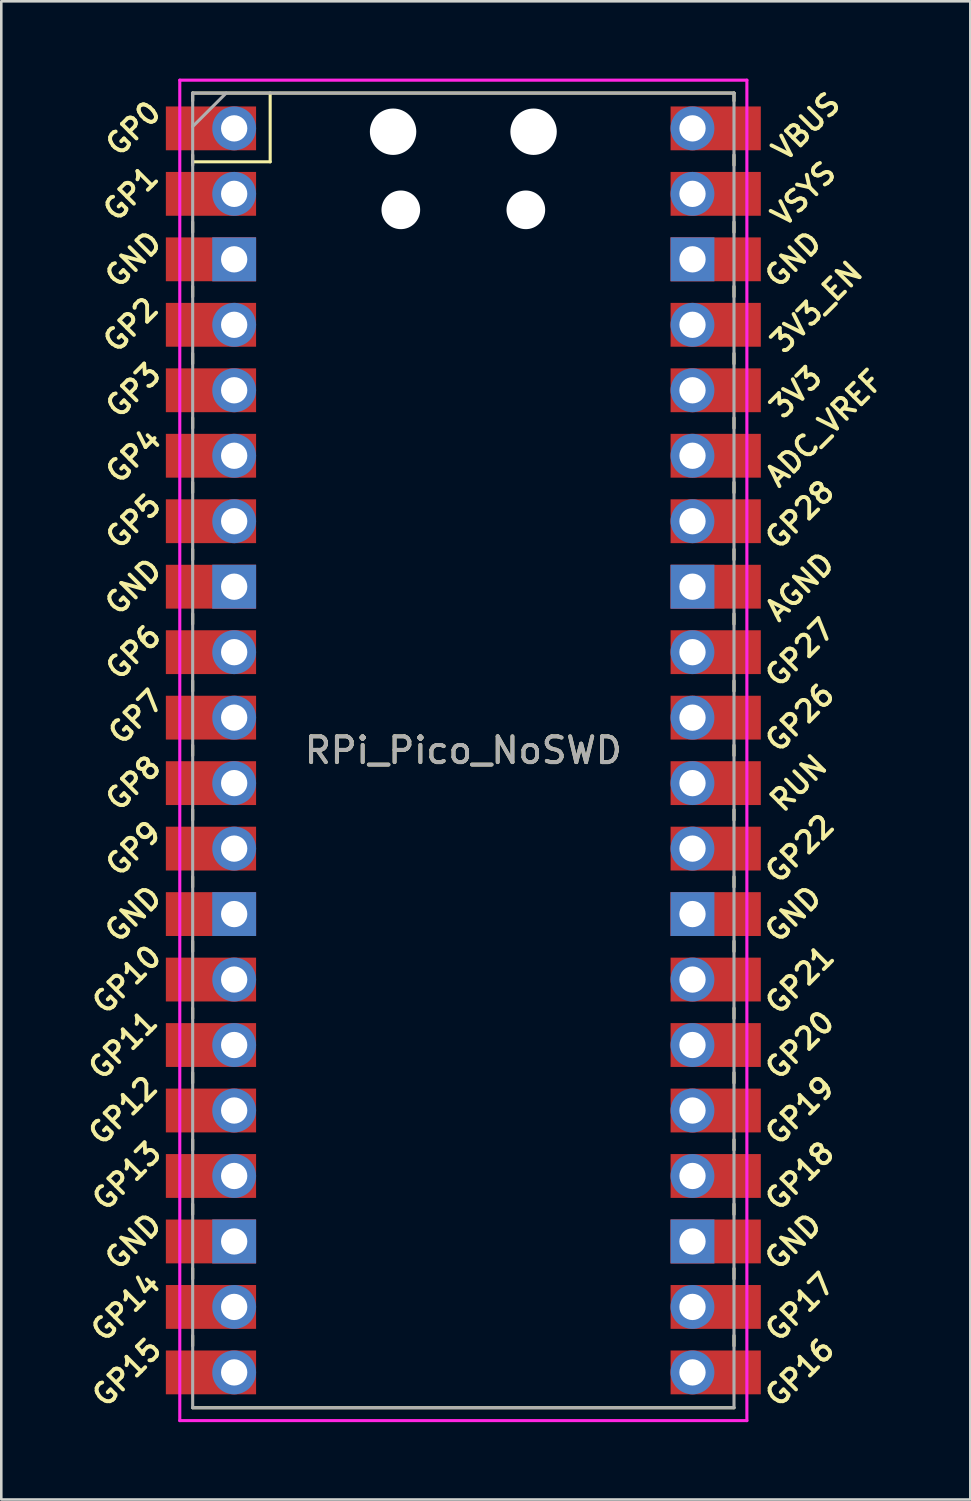
<source format=kicad_pcb>
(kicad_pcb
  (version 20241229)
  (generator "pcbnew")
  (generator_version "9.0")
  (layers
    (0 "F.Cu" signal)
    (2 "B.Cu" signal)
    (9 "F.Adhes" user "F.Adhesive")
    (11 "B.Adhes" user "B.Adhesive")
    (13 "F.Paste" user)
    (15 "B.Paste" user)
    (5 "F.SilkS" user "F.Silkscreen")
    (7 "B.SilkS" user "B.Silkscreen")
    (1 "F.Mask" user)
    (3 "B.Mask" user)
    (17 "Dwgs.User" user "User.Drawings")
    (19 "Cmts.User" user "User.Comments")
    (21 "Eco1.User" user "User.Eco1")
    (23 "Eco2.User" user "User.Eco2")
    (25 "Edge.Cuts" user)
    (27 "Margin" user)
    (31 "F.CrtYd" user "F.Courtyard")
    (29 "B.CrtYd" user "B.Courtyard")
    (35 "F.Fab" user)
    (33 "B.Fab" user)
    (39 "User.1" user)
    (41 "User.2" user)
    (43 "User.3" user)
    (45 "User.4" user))
  (footprint "RPi_Pico_NoSWD"
    (layer "F.Cu")
    (at 14.924 26.06)
    (property "Reference" "RPi_Pico_NoSWD" (at 0 0 0) (layer "F.SilkS") (effects (font (size 1 1) (thickness 0.15))))
    (attr through_hole)
    (fp_line (start -10.5 -25.5) (end -10.5 -25.2) (stroke (width 0.12) (type solid)) (layer "F.SilkS"))
    (fp_line (start -10.5 -25.5) (end 10.5 -25.5) (stroke (width 0.12) (type solid)) (layer "F.SilkS"))
    (fp_line (start -10.5 -23.1) (end -10.5 -22.7) (stroke (width 0.12) (type solid)) (layer "F.SilkS"))
    (fp_line (start -10.5 -22.833) (end -7.493 -22.833) (stroke (width 0.12) (type solid)) (layer "F.SilkS"))
    (fp_line (start -10.5 -20.5) (end -10.5 -20.1) (stroke (width 0.12) (type solid)) (layer "F.SilkS"))
    (fp_line (start -10.5 -18) (end -10.5 -17.6) (stroke (width 0.12) (type solid)) (layer "F.SilkS"))
    (fp_line (start -10.5 -15.4) (end -10.5 -15) (stroke (width 0.12) (type solid)) (layer "F.SilkS"))
    (fp_line (start -10.5 -12.9) (end -10.5 -12.5) (stroke (width 0.12) (type solid)) (layer "F.SilkS"))
    (fp_line (start -10.5 -10.4) (end -10.5 -10) (stroke (width 0.12) (type solid)) (layer "F.SilkS"))
    (fp_line (start -10.5 -7.8) (end -10.5 -7.4) (stroke (width 0.12) (type solid)) (layer "F.SilkS"))
    (fp_line (start -10.5 -5.3) (end -10.5 -4.9) (stroke (width 0.12) (type solid)) (layer "F.SilkS"))
    (fp_line (start -10.5 -2.7) (end -10.5 -2.3) (stroke (width 0.12) (type solid)) (layer "F.SilkS"))
    (fp_line (start -10.5 -0.2) (end -10.5 0.2) (stroke (width 0.12) (type solid)) (layer "F.SilkS"))
    (fp_line (start -10.5 2.3) (end -10.5 2.7) (stroke (width 0.12) (type solid)) (layer "F.SilkS"))
    (fp_line (start -10.5 4.9) (end -10.5 5.3) (stroke (width 0.12) (type solid)) (layer "F.SilkS"))
    (fp_line (start -10.5 7.4) (end -10.5 7.8) (stroke (width 0.12) (type solid)) (layer "F.SilkS"))
    (fp_line (start -10.5 10) (end -10.5 10.4) (stroke (width 0.12) (type solid)) (layer "F.SilkS"))
    (fp_line (start -10.5 12.5) (end -10.5 12.9) (stroke (width 0.12) (type solid)) (layer "F.SilkS"))
    (fp_line (start -10.5 15.1) (end -10.5 15.5) (stroke (width 0.12) (type solid)) (layer "F.SilkS"))
    (fp_line (start -10.5 17.6) (end -10.5 18) (stroke (width 0.12) (type solid)) (layer "F.SilkS"))
    (fp_line (start -10.5 20.1) (end -10.5 20.5) (stroke (width 0.12) (type solid)) (layer "F.SilkS"))
    (fp_line (start -10.5 22.7) (end -10.5 23.1) (stroke (width 0.12) (type solid)) (layer "F.SilkS"))
    (fp_line (start -7.493 -22.833) (end -7.493 -25.5) (stroke (width 0.12) (type solid)) (layer "F.SilkS"))
    (fp_line (start 10.5 -25.5) (end 10.5 -25.2) (stroke (width 0.12) (type solid)) (layer "F.SilkS"))
    (fp_line (start 10.5 -23.1) (end 10.5 -22.7) (stroke (width 0.12) (type solid)) (layer "F.SilkS"))
    (fp_line (start 10.5 -20.5) (end 10.5 -20.1) (stroke (width 0.12) (type solid)) (layer "F.SilkS"))
    (fp_line (start 10.5 -18) (end 10.5 -17.6) (stroke (width 0.12) (type solid)) (layer "F.SilkS"))
    (fp_line (start 10.5 -15.4) (end 10.5 -15) (stroke (width 0.12) (type solid)) (layer "F.SilkS"))
    (fp_line (start 10.5 -12.9) (end 10.5 -12.5) (stroke (width 0.12) (type solid)) (layer "F.SilkS"))
    (fp_line (start 10.5 -10.4) (end 10.5 -10) (stroke (width 0.12) (type solid)) (layer "F.SilkS"))
    (fp_line (start 10.5 -7.8) (end 10.5 -7.4) (stroke (width 0.12) (type solid)) (layer "F.SilkS"))
    (fp_line (start 10.5 -5.3) (end 10.5 -4.9) (stroke (width 0.12) (type solid)) (layer "F.SilkS"))
    (fp_line (start 10.5 -2.7) (end 10.5 -2.3) (stroke (width 0.12) (type solid)) (layer "F.SilkS"))
    (fp_line (start 10.5 -0.2) (end 10.5 0.2) (stroke (width 0.12) (type solid)) (layer "F.SilkS"))
    (fp_line (start 10.5 2.3) (end 10.5 2.7) (stroke (width 0.12) (type solid)) (layer "F.SilkS"))
    (fp_line (start 10.5 4.9) (end 10.5 5.3) (stroke (width 0.12) (type solid)) (layer "F.SilkS"))
    (fp_line (start 10.5 7.4) (end 10.5 7.8) (stroke (width 0.12) (type solid)) (layer "F.SilkS"))
    (fp_line (start 10.5 10) (end 10.5 10.4) (stroke (width 0.12) (type solid)) (layer "F.SilkS"))
    (fp_line (start 10.5 12.5) (end 10.5 12.9) (stroke (width 0.12) (type solid)) (layer "F.SilkS"))
    (fp_line (start 10.5 15.1) (end 10.5 15.5) (stroke (width 0.12) (type solid)) (layer "F.SilkS"))
    (fp_line (start 10.5 17.6) (end 10.5 18) (stroke (width 0.12) (type solid)) (layer "F.SilkS"))
    (fp_line (start 10.5 20.1) (end 10.5 20.5) (stroke (width 0.12) (type solid)) (layer "F.SilkS"))
    (fp_line (start 10.5 22.7) (end 10.5 23.1) (stroke (width 0.12) (type solid)) (layer "F.SilkS"))
    (fp_line (start 10.5 25.5) (end -10.5 25.5) (stroke (width 0.12) (type solid)) (layer "F.SilkS"))
    (fp_line (start -11 -26) (end 11 -26) (stroke (width 0.12) (type solid)) (layer "F.CrtYd"))
    (fp_line (start -11 26) (end -11 -26) (stroke (width 0.12) (type solid)) (layer "F.CrtYd"))
    (fp_line (start 11 -26) (end 11 26) (stroke (width 0.12) (type solid)) (layer "F.CrtYd"))
    (fp_line (start 11 26) (end -11 26) (stroke (width 0.12) (type solid)) (layer "F.CrtYd"))
    (fp_line (start -10.5 -25.5) (end 10.5 -25.5) (stroke (width 0.12) (type solid)) (layer "F.Fab"))
    (fp_line (start -10.5 -24.2) (end -9.2 -25.5) (stroke (width 0.12) (type solid)) (layer "F.Fab"))
    (fp_line (start -10.5 25.5) (end -10.5 -25.5) (stroke (width 0.12) (type solid)) (layer "F.Fab"))
    (fp_line (start 10.5 -25.5) (end 10.5 25.5) (stroke (width 0.12) (type solid)) (layer "F.Fab"))
    (fp_line (start 10.5 25.5) (end -10.5 25.5) (stroke (width 0.12) (type solid)) (layer "F.Fab"))
    (fp_text user "GP6" (at -12.8 -3.81 45) (layer "F.SilkS") (effects (font (size 0.8 0.8) (thickness 0.15))))
    (fp_text user "GP12" (at -13.2 13.97 45) (layer "F.SilkS") (effects (font (size 0.8 0.8) (thickness 0.15))))
    (fp_text user "GP7" (at -12.7 -1.3 45) (layer "F.SilkS") (effects (font (size 0.8 0.8) (thickness 0.15))))
    (fp_text user "GP13" (at -13.054 16.51 45) (layer "F.SilkS") (effects (font (size 0.8 0.8) (thickness 0.15))))
    (fp_text user "GP14" (at -13.1 21.59 45) (layer "F.SilkS") (effects (font (size 0.8 0.8) (thickness 0.15))))
    (fp_text user "GP1" (at -12.9 -21.6 45) (layer "F.SilkS") (effects (font (size 0.8 0.8) (thickness 0.15))))
    (fp_text user "GP26" (at 13.054 -1.27 45) (layer "F.SilkS") (effects (font (size 0.8 0.8) (thickness 0.15))))
    (fp_text user "ADC_VREF" (at 14 -12.5 45) (layer "F.SilkS") (effects (font (size 0.8 0.8) (thickness 0.15))))
    (fp_text user "GP3" (at -12.8 -13.97 45) (layer "F.SilkS") (effects (font (size 0.8 0.8) (thickness 0.15))))
    (fp_text user "GP21" (at 13.054 8.9 45) (layer "F.SilkS") (effects (font (size 0.8 0.8) (thickness 0.15))))
    (fp_text user "GP9" (at -12.8 3.81 45) (layer "F.SilkS") (effects (font (size 0.8 0.8) (thickness 0.15))))
    (fp_text user "GND" (at 12.8 -19.05 45) (layer "F.SilkS") (effects (font (size 0.8 0.8) (thickness 0.15))))
    (fp_text user "GND" (at -12.8 -19.05 45) (layer "F.SilkS") (effects (font (size 0.8 0.8) (thickness 0.15))))
    (fp_text user "RUN" (at 13 1.27 45) (layer "F.SilkS") (effects (font (size 0.8 0.8) (thickness 0.15))))
    (fp_text user "GP10" (at -13.054 8.89 45) (layer "F.SilkS") (effects (font (size 0.8 0.8) (thickness 0.15))))
    (fp_text user "VSYS" (at 13.2 -21.59 45) (layer "F.SilkS") (effects (font (size 0.8 0.8) (thickness 0.15))))
    (fp_text user "GP20" (at 13.054 11.43 45) (layer "F.SilkS") (effects (font (size 0.8 0.8) (thickness 0.15))))
    (fp_text user "3V3" (at 12.9 -13.9 45) (layer "F.SilkS") (effects (font (size 0.8 0.8) (thickness 0.15))))
    (fp_text user "GP28" (at 13.054 -9.144 45) (layer "F.SilkS") (effects (font (size 0.8 0.8) (thickness 0.15))))
    (fp_text user "GP18" (at 13.054 16.51 45) (layer "F.SilkS") (effects (font (size 0.8 0.8) (thickness 0.15))))
    (fp_text user "GP4" (at -12.8 -11.43 45) (layer "F.SilkS") (effects (font (size 0.8 0.8) (thickness 0.15))))
    (fp_text user "VBUS" (at 13.3 -24.2 45) (layer "F.SilkS") (effects (font (size 0.8 0.8) (thickness 0.15))))
    (fp_text user "GP27" (at 13.054 -3.8 45) (layer "F.SilkS") (effects (font (size 0.8 0.8) (thickness 0.15))))
    (fp_text user "3V3_EN" (at 13.7 -17.2 45) (layer "F.SilkS") (effects (font (size 0.8 0.8) (thickness 0.15))))
    (fp_text user "AGND" (at 13.054 -6.35 45) (layer "F.SilkS") (effects (font (size 0.8 0.8) (thickness 0.15))))
    (fp_text user "GP5" (at -12.8 -8.89 45) (layer "F.SilkS") (effects (font (size 0.8 0.8) (thickness 0.15))))
    (fp_text user "GP15" (at -13.054 24.13 45) (layer "F.SilkS") (effects (font (size 0.8 0.8) (thickness 0.15))))
    (fp_text user "GND" (at 12.8 6.35 45) (layer "F.SilkS") (effects (font (size 0.8 0.8) (thickness 0.15))))
    (fp_text user "GP8" (at -12.8 1.27 45) (layer "F.SilkS") (effects (font (size 0.8 0.8) (thickness 0.15))))
    (fp_text user "GP16" (at 13.054 24.13 45) (layer "F.SilkS") (effects (font (size 0.8 0.8) (thickness 0.15))))
    (fp_text user "GP17" (at 13.054 21.59 45) (layer "F.SilkS") (effects (font (size 0.8 0.8) (thickness 0.15))))
    (fp_text user "GND" (at 12.8 19.05 45) (layer "F.SilkS") (effects (font (size 0.8 0.8) (thickness 0.15))))
    (fp_text user "GP11" (at -13.2 11.43 45) (layer "F.SilkS") (effects (font (size 0.8 0.8) (thickness 0.15))))
    (fp_text user "GP19" (at 13.054 13.97 45) (layer "F.SilkS") (effects (font (size 0.8 0.8) (thickness 0.15))))
    (fp_text user "GND" (at -12.8 6.35 45) (layer "F.SilkS") (effects (font (size 0.8 0.8) (thickness 0.15))))
    (fp_text user "GND" (at -12.8 -6.35 45) (layer "F.SilkS") (effects (font (size 0.8 0.8) (thickness 0.15))))
    (fp_text user "GP0" (at -12.8 -24.13 45) (layer "F.SilkS") (effects (font (size 0.8 0.8) (thickness 0.15))))
    (fp_text user "GND" (at -12.8 19.05 45) (layer "F.SilkS") (effects (font (size 0.8 0.8) (thickness 0.15))))
    (fp_text user "GP22" (at 13.054 3.81 45) (layer "F.SilkS") (effects (font (size 0.8 0.8) (thickness 0.15))))
    (fp_text user "GP2" (at -12.9 -16.51 45) (layer "F.SilkS") (effects (font (size 0.8 0.8) (thickness 0.15))))
    (fp_text user "${REFERENCE}" (at 0 0 180) (layer "F.Fab") (effects (font (size 1 1) (thickness 0.15))))
    (pad "" np_thru_hole oval (at -2.725 -24) (size 1.8 1.8) (drill 1.8) (layers "*.Cu" "*.Mask"))
    (pad "" np_thru_hole oval (at -2.425 -20.97) (size 1.5 1.5) (drill 1.5) (layers "*.Cu" "*.Mask"))
    (pad "" np_thru_hole oval (at 2.425 -20.97) (size 1.5 1.5) (drill 1.5) (layers "*.Cu" "*.Mask"))
    (pad "" np_thru_hole oval (at 2.725 -24) (size 1.8 1.8) (drill 1.8) (layers "*.Cu" "*.Mask"))
    (pad "1" thru_hole oval (at -8.89 -24.13) (size 1.7 1.7) (drill 1.02) (layers "*.Cu" "*.Mask"))
    (pad "1" smd rect (at -8.89 -24.13) (size 3.5 1.7) (drill (offset -0.9 0)) (layers "F.Cu" "F.Mask"))
    (pad "2" thru_hole oval (at -8.89 -21.59) (size 1.7 1.7) (drill 1.02) (layers "*.Cu" "*.Mask"))
    (pad "2" smd rect (at -8.89 -21.59) (size 3.5 1.7) (drill (offset -0.9 0)) (layers "F.Cu" "F.Mask"))
    (pad "3" thru_hole rect (at -8.89 -19.05) (size 1.7 1.7) (drill 1.02) (layers "*.Cu" "*.Mask"))
    (pad "3" smd rect (at -8.89 -19.05) (size 3.5 1.7) (drill (offset -0.9 0)) (layers "F.Cu" "F.Mask"))
    (pad "4" thru_hole oval (at -8.89 -16.51) (size 1.7 1.7) (drill 1.02) (layers "*.Cu" "*.Mask"))
    (pad "4" smd rect (at -8.89 -16.51) (size 3.5 1.7) (drill (offset -0.9 0)) (layers "F.Cu" "F.Mask"))
    (pad "5" thru_hole oval (at -8.89 -13.97) (size 1.7 1.7) (drill 1.02) (layers "*.Cu" "*.Mask"))
    (pad "5" smd rect (at -8.89 -13.97) (size 3.5 1.7) (drill (offset -0.9 0)) (layers "F.Cu" "F.Mask"))
    (pad "6" thru_hole oval (at -8.89 -11.43) (size 1.7 1.7) (drill 1.02) (layers "*.Cu" "*.Mask"))
    (pad "6" smd rect (at -8.89 -11.43) (size 3.5 1.7) (drill (offset -0.9 0)) (layers "F.Cu" "F.Mask"))
    (pad "7" thru_hole oval (at -8.89 -8.89) (size 1.7 1.7) (drill 1.02) (layers "*.Cu" "*.Mask"))
    (pad "7" smd rect (at -8.89 -8.89) (size 3.5 1.7) (drill (offset -0.9 0)) (layers "F.Cu" "F.Mask"))
    (pad "8" thru_hole rect (at -8.89 -6.35) (size 1.7 1.7) (drill 1.02) (layers "*.Cu" "*.Mask"))
    (pad "8" smd rect (at -8.89 -6.35) (size 3.5 1.7) (drill (offset -0.9 0)) (layers "F.Cu" "F.Mask"))
    (pad "9" thru_hole oval (at -8.89 -3.81) (size 1.7 1.7) (drill 1.02) (layers "*.Cu" "*.Mask"))
    (pad "9" smd rect (at -8.89 -3.81) (size 3.5 1.7) (drill (offset -0.9 0)) (layers "F.Cu" "F.Mask"))
    (pad "10" thru_hole oval (at -8.89 -1.27) (size 1.7 1.7) (drill 1.02) (layers "*.Cu" "*.Mask"))
    (pad "10" smd rect (at -8.89 -1.27) (size 3.5 1.7) (drill (offset -0.9 0)) (layers "F.Cu" "F.Mask"))
    (pad "11" thru_hole oval (at -8.89 1.27) (size 1.7 1.7) (drill 1.02) (layers "*.Cu" "*.Mask"))
    (pad "11" smd rect (at -8.89 1.27) (size 3.5 1.7) (drill (offset -0.9 0)) (layers "F.Cu" "F.Mask"))
    (pad "12" thru_hole oval (at -8.89 3.81) (size 1.7 1.7) (drill 1.02) (layers "*.Cu" "*.Mask"))
    (pad "12" smd rect (at -8.89 3.81) (size 3.5 1.7) (drill (offset -0.9 0)) (layers "F.Cu" "F.Mask"))
    (pad "13" thru_hole rect (at -8.89 6.35) (size 1.7 1.7) (drill 1.02) (layers "*.Cu" "*.Mask"))
    (pad "13" smd rect (at -8.89 6.35) (size 3.5 1.7) (drill (offset -0.9 0)) (layers "F.Cu" "F.Mask"))
    (pad "14" thru_hole oval (at -8.89 8.89) (size 1.7 1.7) (drill 1.02) (layers "*.Cu" "*.Mask"))
    (pad "14" smd rect (at -8.89 8.89) (size 3.5 1.7) (drill (offset -0.9 0)) (layers "F.Cu" "F.Mask"))
    (pad "15" thru_hole oval (at -8.89 11.43) (size 1.7 1.7) (drill 1.02) (layers "*.Cu" "*.Mask"))
    (pad "15" smd rect (at -8.89 11.43) (size 3.5 1.7) (drill (offset -0.9 0)) (layers "F.Cu" "F.Mask"))
    (pad "16" thru_hole oval (at -8.89 13.97) (size 1.7 1.7) (drill 1.02) (layers "*.Cu" "*.Mask"))
    (pad "16" smd rect (at -8.89 13.97) (size 3.5 1.7) (drill (offset -0.9 0)) (layers "F.Cu" "F.Mask"))
    (pad "17" thru_hole oval (at -8.89 16.51) (size 1.7 1.7) (drill 1.02) (layers "*.Cu" "*.Mask"))
    (pad "17" smd rect (at -8.89 16.51) (size 3.5 1.7) (drill (offset -0.9 0)) (layers "F.Cu" "F.Mask"))
    (pad "18" thru_hole rect (at -8.89 19.05) (size 1.7 1.7) (drill 1.02) (layers "*.Cu" "*.Mask"))
    (pad "18" smd rect (at -8.89 19.05) (size 3.5 1.7) (drill (offset -0.9 0)) (layers "F.Cu" "F.Mask"))
    (pad "19" thru_hole oval (at -8.89 21.59) (size 1.7 1.7) (drill 1.02) (layers "*.Cu" "*.Mask"))
    (pad "19" smd rect (at -8.89 21.59) (size 3.5 1.7) (drill (offset -0.9 0)) (layers "F.Cu" "F.Mask"))
    (pad "20" thru_hole oval (at -8.89 24.13) (size 1.7 1.7) (drill 1.02) (layers "*.Cu" "*.Mask"))
    (pad "20" smd rect (at -8.89 24.13) (size 3.5 1.7) (drill (offset -0.9 0)) (layers "F.Cu" "F.Mask"))
    (pad "21" thru_hole oval (at 8.89 24.13) (size 1.7 1.7) (drill 1.02) (layers "*.Cu" "*.Mask"))
    (pad "21" smd rect (at 8.89 24.13) (size 3.5 1.7) (drill (offset 0.9 0)) (layers "F.Cu" "F.Mask"))
    (pad "22" thru_hole oval (at 8.89 21.59) (size 1.7 1.7) (drill 1.02) (layers "*.Cu" "*.Mask"))
    (pad "22" smd rect (at 8.89 21.59) (size 3.5 1.7) (drill (offset 0.9 0)) (layers "F.Cu" "F.Mask"))
    (pad "23" thru_hole rect (at 8.89 19.05) (size 1.7 1.7) (drill 1.02) (layers "*.Cu" "*.Mask"))
    (pad "23" smd rect (at 8.89 19.05) (size 3.5 1.7) (drill (offset 0.9 0)) (layers "F.Cu" "F.Mask"))
    (pad "24" thru_hole oval (at 8.89 16.51) (size 1.7 1.7) (drill 1.02) (layers "*.Cu" "*.Mask"))
    (pad "24" smd rect (at 8.89 16.51) (size 3.5 1.7) (drill (offset 0.9 0)) (layers "F.Cu" "F.Mask"))
    (pad "25" thru_hole oval (at 8.89 13.97) (size 1.7 1.7) (drill 1.02) (layers "*.Cu" "*.Mask"))
    (pad "25" smd rect (at 8.89 13.97) (size 3.5 1.7) (drill (offset 0.9 0)) (layers "F.Cu" "F.Mask"))
    (pad "26" thru_hole oval (at 8.89 11.43) (size 1.7 1.7) (drill 1.02) (layers "*.Cu" "*.Mask"))
    (pad "26" smd rect (at 8.89 11.43) (size 3.5 1.7) (drill (offset 0.9 0)) (layers "F.Cu" "F.Mask"))
    (pad "27" thru_hole oval (at 8.89 8.89) (size 1.7 1.7) (drill 1.02) (layers "*.Cu" "*.Mask"))
    (pad "27" smd rect (at 8.89 8.89) (size 3.5 1.7) (drill (offset 0.9 0)) (layers "F.Cu" "F.Mask"))
    (pad "28" thru_hole rect (at 8.89 6.35) (size 1.7 1.7) (drill 1.02) (layers "*.Cu" "*.Mask"))
    (pad "28" smd rect (at 8.89 6.35) (size 3.5 1.7) (drill (offset 0.9 0)) (layers "F.Cu" "F.Mask"))
    (pad "29" thru_hole oval (at 8.89 3.81) (size 1.7 1.7) (drill 1.02) (layers "*.Cu" "*.Mask"))
    (pad "29" smd rect (at 8.89 3.81) (size 3.5 1.7) (drill (offset 0.9 0)) (layers "F.Cu" "F.Mask"))
    (pad "30" thru_hole oval (at 8.89 1.27) (size 1.7 1.7) (drill 1.02) (layers "*.Cu" "*.Mask"))
    (pad "30" smd rect (at 8.89 1.27) (size 3.5 1.7) (drill (offset 0.9 0)) (layers "F.Cu" "F.Mask"))
    (pad "31" thru_hole oval (at 8.89 -1.27) (size 1.7 1.7) (drill 1.02) (layers "*.Cu" "*.Mask"))
    (pad "31" smd rect (at 8.89 -1.27) (size 3.5 1.7) (drill (offset 0.9 0)) (layers "F.Cu" "F.Mask"))
    (pad "32" thru_hole oval (at 8.89 -3.81) (size 1.7 1.7) (drill 1.02) (layers "*.Cu" "*.Mask"))
    (pad "32" smd rect (at 8.89 -3.81) (size 3.5 1.7) (drill (offset 0.9 0)) (layers "F.Cu" "F.Mask"))
    (pad "33" thru_hole rect (at 8.89 -6.35) (size 1.7 1.7) (drill 1.02) (layers "*.Cu" "*.Mask"))
    (pad "33" smd rect (at 8.89 -6.35) (size 3.5 1.7) (drill (offset 0.9 0)) (layers "F.Cu" "F.Mask"))
    (pad "34" thru_hole oval (at 8.89 -8.89) (size 1.7 1.7) (drill 1.02) (layers "*.Cu" "*.Mask"))
    (pad "34" smd rect (at 8.89 -8.89) (size 3.5 1.7) (drill (offset 0.9 0)) (layers "F.Cu" "F.Mask"))
    (pad "35" thru_hole oval (at 8.89 -11.43) (size 1.7 1.7) (drill 1.02) (layers "*.Cu" "*.Mask"))
    (pad "35" smd rect (at 8.89 -11.43) (size 3.5 1.7) (drill (offset 0.9 0)) (layers "F.Cu" "F.Mask"))
    (pad "36" thru_hole oval (at 8.89 -13.97) (size 1.7 1.7) (drill 1.02) (layers "*.Cu" "*.Mask"))
    (pad "36" smd rect (at 8.89 -13.97) (size 3.5 1.7) (drill (offset 0.9 0)) (layers "F.Cu" "F.Mask"))
    (pad "37" thru_hole oval (at 8.89 -16.51) (size 1.7 1.7) (drill 1.02) (layers "*.Cu" "*.Mask"))
    (pad "37" smd rect (at 8.89 -16.51) (size 3.5 1.7) (drill (offset 0.9 0)) (layers "F.Cu" "F.Mask"))
    (pad "38" thru_hole rect (at 8.89 -19.05) (size 1.7 1.7) (drill 1.02) (layers "*.Cu" "*.Mask"))
    (pad "38" smd rect (at 8.89 -19.05) (size 3.5 1.7) (drill (offset 0.9 0)) (layers "F.Cu" "F.Mask"))
    (pad "39" thru_hole oval (at 8.89 -21.59) (size 1.7 1.7) (drill 1.02) (layers "*.Cu" "*.Mask"))
    (pad "39" smd rect (at 8.89 -21.59) (size 3.5 1.7) (drill (offset 0.9 0)) (layers "F.Cu" "F.Mask"))
    (pad "40" thru_hole oval (at 8.89 -24.13) (size 1.7 1.7) (drill 1.02) (layers "*.Cu" "*.Mask"))
    (pad "40" smd rect (at 8.89 -24.13) (size 3.5 1.7) (drill (offset 0.9 0)) (layers "F.Cu" "F.Mask")))
  (gr_rect
    (start -3 -3)
    (end 34.591 55.12)
    (stroke (width 0.1) (type default))
    (fill no)
    (layer "Edge.Cuts")))
</source>
